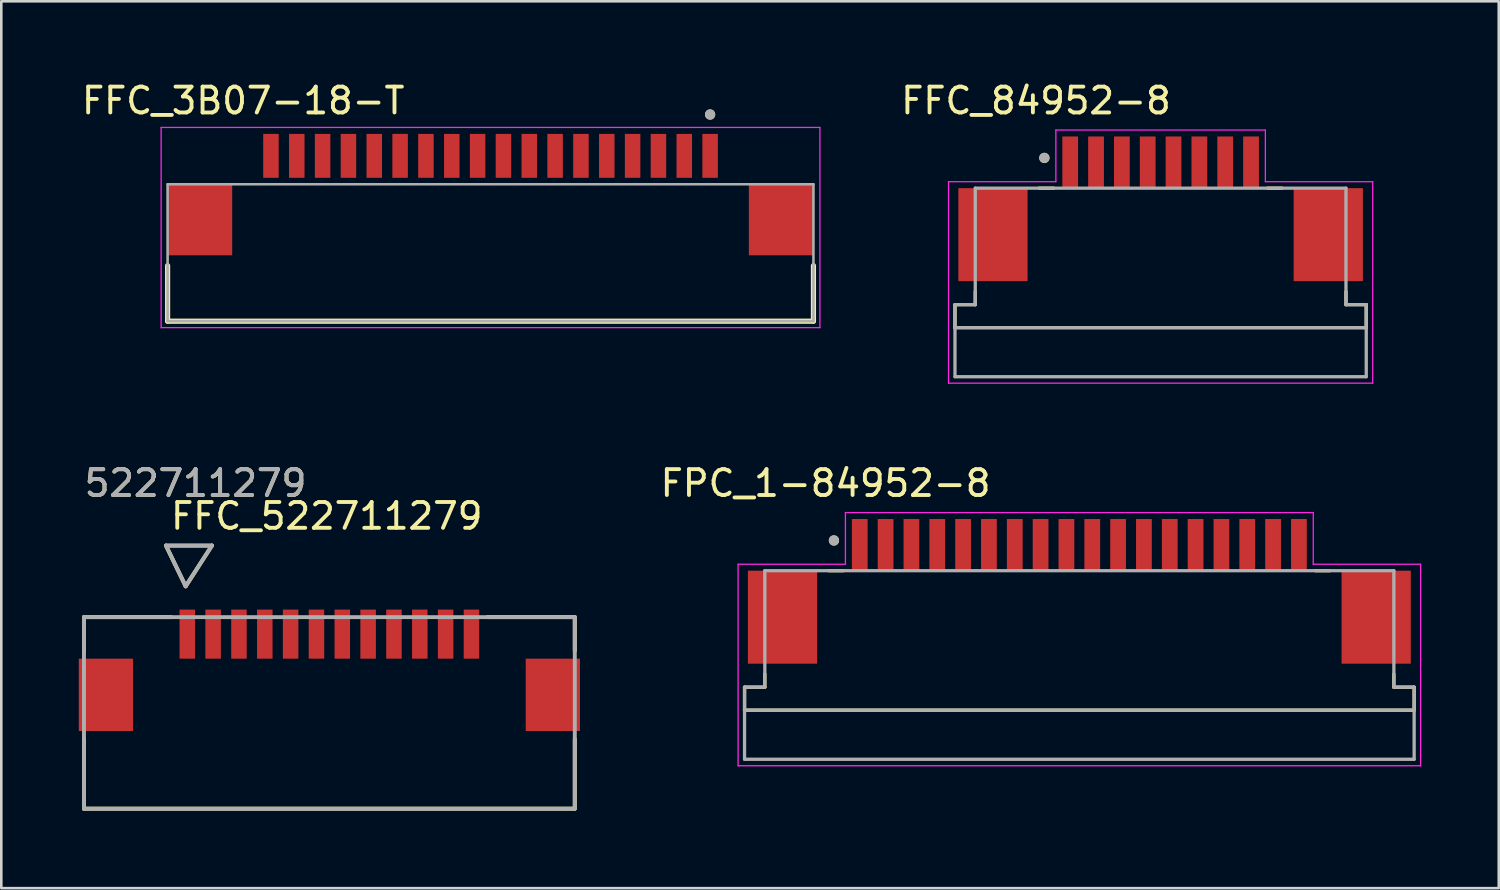
<source format=kicad_pcb>
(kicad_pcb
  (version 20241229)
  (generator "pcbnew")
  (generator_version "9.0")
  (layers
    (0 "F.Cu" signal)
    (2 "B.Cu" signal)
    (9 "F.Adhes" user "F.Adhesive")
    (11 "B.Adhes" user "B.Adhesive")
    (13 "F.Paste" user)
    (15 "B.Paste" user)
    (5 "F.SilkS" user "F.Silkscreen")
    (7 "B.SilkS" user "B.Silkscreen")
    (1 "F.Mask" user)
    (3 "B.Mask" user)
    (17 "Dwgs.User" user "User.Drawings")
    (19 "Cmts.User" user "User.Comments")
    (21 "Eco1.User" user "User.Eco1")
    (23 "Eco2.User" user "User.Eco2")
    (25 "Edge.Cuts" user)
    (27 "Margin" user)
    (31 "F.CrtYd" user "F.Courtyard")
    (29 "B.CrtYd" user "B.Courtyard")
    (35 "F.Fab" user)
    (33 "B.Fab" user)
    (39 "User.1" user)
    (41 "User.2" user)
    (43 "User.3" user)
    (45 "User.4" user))
  (footprint "FFC_3B07-18-T"
    (layer "F.Cu")
    (at 15.938 5.433)
    (property "Reference" "FFC_3B07-18-T" (at -9.575 -4.585 0) (layer "F.SilkS") (effects (font (size 1 1) (thickness 0.15))))
    (attr smd)
    (fp_line (start -12.5 1.8) (end -12.5 3.95) (stroke (width 0.2) (type solid)) (layer "F.SilkS"))
    (fp_line (start -12.5 3.95) (end 12.5 3.95) (stroke (width 0.2) (type solid)) (layer "F.SilkS"))
    (fp_line (start 12.5 3.95) (end 12.5 1.8) (stroke (width 0.2) (type solid)) (layer "F.SilkS"))
    (fp_circle (center 8.5 -4.05) (end 8.6 -4.05) (stroke (width 0.2) (type solid)) (fill no) (layer "F.SilkS"))
    (fp_line (start -12.75 -3.55) (end -12.75 4.2) (stroke (width 0.05) (type solid)) (layer "F.CrtYd"))
    (fp_line (start -12.75 4.2) (end 12.75 4.2) (stroke (width 0.05) (type solid)) (layer "F.CrtYd"))
    (fp_line (start 12.75 -3.55) (end -12.75 -3.55) (stroke (width 0.05) (type solid)) (layer "F.CrtYd"))
    (fp_line (start 12.75 4.2) (end 12.75 -3.55) (stroke (width 0.05) (type solid)) (layer "F.CrtYd"))
    (fp_line (start -12.5 -1.35) (end 12.5 -1.35) (stroke (width 0.1) (type solid)) (layer "F.Fab"))
    (fp_line (start -12.5 3.95) (end -12.5 -1.35) (stroke (width 0.1) (type solid)) (layer "F.Fab"))
    (fp_line (start 12.5 -1.35) (end 12.5 3.95) (stroke (width 0.1) (type solid)) (layer "F.Fab"))
    (fp_line (start 12.5 3.95) (end -12.5 3.95) (stroke (width 0.1) (type solid)) (layer "F.Fab"))
    (fp_circle (center 8.5 -4.05) (end 8.6 -4.05) (stroke (width 0.2) (type solid)) (fill no) (layer "F.Fab"))
    (pad "1" smd rect (at 8.5 -2.45) (size 0.6 1.7) (layers "F.Cu" "F.Mask" "F.Paste"))
    (pad "2" smd rect (at 7.5 -2.45) (size 0.6 1.7) (layers "F.Cu" "F.Mask" "F.Paste"))
    (pad "3" smd rect (at 6.5 -2.45) (size 0.6 1.7) (layers "F.Cu" "F.Mask" "F.Paste"))
    (pad "4" smd rect (at 5.5 -2.45) (size 0.6 1.7) (layers "F.Cu" "F.Mask" "F.Paste"))
    (pad "5" smd rect (at 4.5 -2.45) (size 0.6 1.7) (layers "F.Cu" "F.Mask" "F.Paste"))
    (pad "6" smd rect (at 3.5 -2.45) (size 0.6 1.7) (layers "F.Cu" "F.Mask" "F.Paste"))
    (pad "7" smd rect (at 2.5 -2.45) (size 0.6 1.7) (layers "F.Cu" "F.Mask" "F.Paste"))
    (pad "8" smd rect (at 1.5 -2.45) (size 0.6 1.7) (layers "F.Cu" "F.Mask" "F.Paste"))
    (pad "9" smd rect (at 0.5 -2.45) (size 0.6 1.7) (layers "F.Cu" "F.Mask" "F.Paste"))
    (pad "10" smd rect (at -0.5 -2.45) (size 0.6 1.7) (layers "F.Cu" "F.Mask" "F.Paste"))
    (pad "11" smd rect (at -1.5 -2.45) (size 0.6 1.7) (layers "F.Cu" "F.Mask" "F.Paste"))
    (pad "12" smd rect (at -2.5 -2.45) (size 0.6 1.7) (layers "F.Cu" "F.Mask" "F.Paste"))
    (pad "13" smd rect (at -3.5 -2.45) (size 0.6 1.7) (layers "F.Cu" "F.Mask" "F.Paste"))
    (pad "14" smd rect (at -4.5 -2.45) (size 0.6 1.7) (layers "F.Cu" "F.Mask" "F.Paste"))
    (pad "15" smd rect (at -5.5 -2.45) (size 0.6 1.7) (layers "F.Cu" "F.Mask" "F.Paste"))
    (pad "16" smd rect (at -6.5 -2.45) (size 0.6 1.7) (layers "F.Cu" "F.Mask" "F.Paste"))
    (pad "17" smd rect (at -7.5 -2.45) (size 0.6 1.7) (layers "F.Cu" "F.Mask" "F.Paste"))
    (pad "18" smd rect (at -8.5 -2.45) (size 0.6 1.7) (layers "F.Cu" "F.Mask" "F.Paste"))
    (pad "S1" smd rect (at 11.25 0) (size 2.5 2.8) (layers "F.Cu" "F.Mask" "F.Paste"))
    (pad "S2" smd rect (at -11.25 0) (size 2.5 2.8) (layers "F.Cu" "F.Mask" "F.Paste")))
  (footprint "FFC_84952-8"
    (layer "F.Cu")
    (at 41.877 3.233)
    (property "Reference" "FFC_84952-8" (at -4.825 -2.385 0) (layer "F.SilkS") (effects (font (size 1 1) (thickness 0.15))))
    (attr smd)
    (fp_line (start -7.96 6.4) (end -7.96 5.51) (stroke (width 0.127) (type solid)) (layer "F.SilkS"))
    (fp_line (start -7.175 5) (end -7.175 5.51) (stroke (width 0.127) (type solid)) (layer "F.SilkS"))
    (fp_line (start -7.175 5.51) (end -7.96 5.51) (stroke (width 0.127) (type solid)) (layer "F.SilkS"))
    (fp_line (start -4.7 1) (end -4.14 1) (stroke (width 0.127) (type solid)) (layer "F.SilkS"))
    (fp_line (start 4.14 1) (end 4.7 1) (stroke (width 0.127) (type solid)) (layer "F.SilkS"))
    (fp_line (start 7.175 5) (end 7.175 5.51) (stroke (width 0.127) (type solid)) (layer "F.SilkS"))
    (fp_line (start 7.96 5.51) (end 7.175 5.51) (stroke (width 0.127) (type solid)) (layer "F.SilkS"))
    (fp_line (start 7.96 5.51) (end 7.96 6.4) (stroke (width 0.127) (type solid)) (layer "F.SilkS"))
    (fp_line (start 7.96 6.4) (end -7.96 6.4) (stroke (width 0.127) (type solid)) (layer "F.SilkS"))
    (fp_circle (center -4.5 -0.17) (end -4.4 -0.17) (stroke (width 0.2) (type solid)) (fill no) (layer "F.SilkS"))
    (fp_line (start -8.21 0.75) (end -4.055 0.75) (stroke (width 0.05) (type solid)) (layer "F.CrtYd"))
    (fp_line (start -8.21 8.55) (end -8.21 0.75) (stroke (width 0.05) (type solid)) (layer "F.CrtYd"))
    (fp_line (start -4.055 -1.25) (end 4.055 -1.25) (stroke (width 0.05) (type solid)) (layer "F.CrtYd"))
    (fp_line (start -4.055 0.75) (end -4.055 -1.25) (stroke (width 0.05) (type solid)) (layer "F.CrtYd"))
    (fp_line (start 4.055 -1.25) (end 4.055 0.75) (stroke (width 0.05) (type solid)) (layer "F.CrtYd"))
    (fp_line (start 4.055 0.75) (end 8.21 0.75) (stroke (width 0.05) (type solid)) (layer "F.CrtYd"))
    (fp_line (start 8.21 0.75) (end 8.21 8.55) (stroke (width 0.05) (type solid)) (layer "F.CrtYd"))
    (fp_line (start 8.21 8.55) (end -8.21 8.55) (stroke (width 0.05) (type solid)) (layer "F.CrtYd"))
    (fp_line (start -7.96 5.51) (end -7.96 6.4) (stroke (width 0.127) (type solid)) (layer "F.Fab"))
    (fp_line (start -7.96 8.3) (end -7.96 6.4) (stroke (width 0.127) (type solid)) (layer "F.Fab"))
    (fp_line (start -7.175 1) (end -7.175 5.51) (stroke (width 0.127) (type solid)) (layer "F.Fab"))
    (fp_line (start -7.175 1) (end 7.175 1) (stroke (width 0.127) (type solid)) (layer "F.Fab"))
    (fp_line (start -7.175 5.51) (end -7.96 5.51) (stroke (width 0.127) (type solid)) (layer "F.Fab"))
    (fp_line (start 7.175 1) (end 7.175 5.51) (stroke (width 0.127) (type solid)) (layer "F.Fab"))
    (fp_line (start 7.96 5.51) (end 7.175 5.51) (stroke (width 0.127) (type solid)) (layer "F.Fab"))
    (fp_line (start 7.96 5.51) (end 7.96 6.4) (stroke (width 0.127) (type solid)) (layer "F.Fab"))
    (fp_line (start 7.96 6.4) (end -7.96 6.4) (stroke (width 0.127) (type solid)) (layer "F.Fab"))
    (fp_line (start 7.96 6.4) (end 7.96 8.3) (stroke (width 0.127) (type solid)) (layer "F.Fab"))
    (fp_line (start 7.96 8.3) (end -7.96 8.3) (stroke (width 0.127) (type solid)) (layer "F.Fab"))
    (fp_circle (center -4.5 -0.17) (end -4.4 -0.17) (stroke (width 0.2) (type solid)) (fill no) (layer "F.Fab"))
    (pad "1" smd rect (at -3.5 0) (size 0.61 2) (layers "F.Cu" "F.Mask" "F.Paste"))
    (pad "2" smd rect (at -2.5 0) (size 0.61 2) (layers "F.Cu" "F.Mask" "F.Paste"))
    (pad "3" smd rect (at -1.5 0) (size 0.61 2) (layers "F.Cu" "F.Mask" "F.Paste"))
    (pad "4" smd rect (at -0.5 0) (size 0.61 2) (layers "F.Cu" "F.Mask" "F.Paste"))
    (pad "5" smd rect (at 0.5 0) (size 0.61 2) (layers "F.Cu" "F.Mask" "F.Paste"))
    (pad "6" smd rect (at 1.5 0) (size 0.61 2) (layers "F.Cu" "F.Mask" "F.Paste"))
    (pad "7" smd rect (at 2.5 0) (size 0.61 2) (layers "F.Cu" "F.Mask" "F.Paste"))
    (pad "8" smd rect (at 3.5 0) (size 0.61 2) (layers "F.Cu" "F.Mask" "F.Paste"))
    (pad "S1" smd rect (at -6.49 2.8) (size 2.68 3.6) (layers "F.Cu" "F.Mask" "F.Paste"))
    (pad "S2" smd rect (at 6.49 2.8) (size 2.68 3.6) (layers "F.Cu" "F.Mask" "F.Paste")))
  (footprint "FFC_522711279"
    (layer "F.Cu")
    (at 9.7 24.547)
    (property "Reference" "FFC_522711279" (at -0.102 -7.62 0) (layer "F.SilkS") (effects (font (size 1 1) (thickness 0.15))))
    (attr smd)
    (fp_line (start -9.5 -3.708) (end -9.5 -2.413) (stroke (width 0.152) (type solid)) (layer "F.SilkS"))
    (fp_line (start -9.5 1.016) (end -9.5 3.708) (stroke (width 0.152) (type solid)) (layer "F.SilkS"))
    (fp_line (start -9.5 3.708) (end 9.5 3.708) (stroke (width 0.152) (type solid)) (layer "F.SilkS"))
    (fp_line (start -6.325 -6.477) (end -5.563 -4.902) (stroke (width 0.152) (type solid)) (layer "F.SilkS"))
    (fp_line (start -6.325 -6.477) (end -4.547 -6.477) (stroke (width 0.152) (type solid)) (layer "F.SilkS"))
    (fp_line (start -6.121 -3.708) (end -9.5 -3.708) (stroke (width 0.152) (type solid)) (layer "F.SilkS"))
    (fp_line (start -4.547 -6.477) (end -5.563 -4.902) (stroke (width 0.152) (type solid)) (layer "F.SilkS"))
    (fp_line (start 9.5 -3.708) (end 6.121 -3.708) (stroke (width 0.152) (type solid)) (layer "F.SilkS"))
    (fp_line (start 9.5 -2.413) (end 9.5 -3.708) (stroke (width 0.152) (type solid)) (layer "F.SilkS"))
    (fp_line (start 9.5 3.708) (end 9.5 1.016) (stroke (width 0.152) (type solid)) (layer "F.SilkS"))
    (fp_line (start -9.5 -3.708) (end -9.5 3.708) (stroke (width 0.152) (type solid)) (layer "F.Fab"))
    (fp_line (start -9.5 3.708) (end 9.5 3.708) (stroke (width 0.152) (type solid)) (layer "F.Fab"))
    (fp_line (start -6.325 -6.477) (end -5.563 -4.902) (stroke (width 0.152) (type solid)) (layer "F.Fab"))
    (fp_line (start -6.325 -6.477) (end -4.547 -6.477) (stroke (width 0.152) (type solid)) (layer "F.Fab"))
    (fp_line (start -4.547 -6.477) (end -5.563 -4.902) (stroke (width 0.152) (type solid)) (layer "F.Fab"))
    (fp_line (start 9.5 -3.708) (end -9.5 -3.708) (stroke (width 0.152) (type solid)) (layer "F.Fab"))
    (fp_line (start 9.5 3.708) (end 9.5 -3.708) (stroke (width 0.152) (type solid)) (layer "F.Fab"))
    (fp_text user "522711279" (at -5.182 -8.89 0) (layer "F.SilkS") (effects (font (size 1 1) (thickness 0.15))))
    (fp_text user "522711279" (at -5.182 -8.89 0) (layer "F.Fab") (effects (font (size 1 1) (thickness 0.15))))
    (pad "1" smd rect (at -5.5 -3.05) (size 0.6 1.9) (layers "F.Cu" "F.Mask" "F.Paste"))
    (pad "2" smd rect (at -4.5 -3.05) (size 0.6 1.9) (layers "F.Cu" "F.Mask" "F.Paste"))
    (pad "3" smd rect (at -3.5 -3.05) (size 0.6 1.9) (layers "F.Cu" "F.Mask" "F.Paste"))
    (pad "4" smd rect (at -2.5 -3.05) (size 0.6 1.9) (layers "F.Cu" "F.Mask" "F.Paste"))
    (pad "5" smd rect (at -1.5 -3.05) (size 0.6 1.9) (layers "F.Cu" "F.Mask" "F.Paste"))
    (pad "6" smd rect (at -0.5 -3.05) (size 0.6 1.9) (layers "F.Cu" "F.Mask" "F.Paste"))
    (pad "7" smd rect (at 0.5 -3.05) (size 0.6 1.9) (layers "F.Cu" "F.Mask" "F.Paste"))
    (pad "8" smd rect (at 1.5 -3.05) (size 0.6 1.9) (layers "F.Cu" "F.Mask" "F.Paste"))
    (pad "9" smd rect (at 2.5 -3.05) (size 0.6 1.9) (layers "F.Cu" "F.Mask" "F.Paste"))
    (pad "10" smd rect (at 3.5 -3.05) (size 0.6 1.9) (layers "F.Cu" "F.Mask" "F.Paste"))
    (pad "11" smd rect (at 4.5 -3.05) (size 0.6 1.9) (layers "F.Cu" "F.Mask" "F.Paste"))
    (pad "12" smd rect (at 5.5 -3.05) (size 0.6 1.9) (layers "F.Cu" "F.Mask" "F.Paste"))
    (pad "P1" smd rect (at -8.65 -0.7) (size 2.1 2.8) (layers "F.Cu" "F.Mask" "F.Paste"))
    (pad "P2" smd rect (at 8.65 -0.7) (size 2.1 2.8) (layers "F.Cu" "F.Mask" "F.Paste")))
  (footprint "FPC_1-84952-8"
    (layer "F.Cu")
    (at 38.731 18.041)
    (property "Reference" "FPC_1-84952-8" (at -9.825 -2.385 0) (layer "F.SilkS") (effects (font (size 1 1) (thickness 0.15))))
    (attr smd)
    (fp_line (start -12.96 6.4) (end -12.96 5.51) (stroke (width 0.127) (type solid)) (layer "F.SilkS"))
    (fp_line (start -12.175 5) (end -12.175 5.51) (stroke (width 0.127) (type solid)) (layer "F.SilkS"))
    (fp_line (start -12.175 5.51) (end -12.96 5.51) (stroke (width 0.127) (type solid)) (layer "F.SilkS"))
    (fp_line (start -9.7 1) (end -9.14 1) (stroke (width 0.127) (type solid)) (layer "F.SilkS"))
    (fp_line (start 9.14 1) (end 9.7 1) (stroke (width 0.127) (type solid)) (layer "F.SilkS"))
    (fp_line (start 12.175 5) (end 12.175 5.51) (stroke (width 0.127) (type solid)) (layer "F.SilkS"))
    (fp_line (start 12.96 5.51) (end 12.175 5.51) (stroke (width 0.127) (type solid)) (layer "F.SilkS"))
    (fp_line (start 12.96 5.51) (end 12.96 6.4) (stroke (width 0.127) (type solid)) (layer "F.SilkS"))
    (fp_line (start 12.96 6.4) (end -12.96 6.4) (stroke (width 0.127) (type solid)) (layer "F.SilkS"))
    (fp_circle (center -9.5 -0.17) (end -9.4 -0.17) (stroke (width 0.2) (type solid)) (fill no) (layer "F.SilkS"))
    (fp_line (start -13.21 0.75) (end -9.055 0.75) (stroke (width 0.05) (type solid)) (layer "F.CrtYd"))
    (fp_line (start -13.21 8.55) (end -13.21 0.75) (stroke (width 0.05) (type solid)) (layer "F.CrtYd"))
    (fp_line (start -9.055 -1.25) (end 9.055 -1.25) (stroke (width 0.05) (type solid)) (layer "F.CrtYd"))
    (fp_line (start -9.055 0.75) (end -9.055 -1.25) (stroke (width 0.05) (type solid)) (layer "F.CrtYd"))
    (fp_line (start 9.055 -1.25) (end 9.055 0.75) (stroke (width 0.05) (type solid)) (layer "F.CrtYd"))
    (fp_line (start 9.055 0.75) (end 13.21 0.75) (stroke (width 0.05) (type solid)) (layer "F.CrtYd"))
    (fp_line (start 13.21 0.75) (end 13.21 8.55) (stroke (width 0.05) (type solid)) (layer "F.CrtYd"))
    (fp_line (start 13.21 8.55) (end -13.21 8.55) (stroke (width 0.05) (type solid)) (layer "F.CrtYd"))
    (fp_line (start -12.96 5.51) (end -12.96 6.4) (stroke (width 0.127) (type solid)) (layer "F.Fab"))
    (fp_line (start -12.96 8.3) (end -12.96 6.4) (stroke (width 0.127) (type solid)) (layer "F.Fab"))
    (fp_line (start -12.175 1) (end -12.175 5.51) (stroke (width 0.127) (type solid)) (layer "F.Fab"))
    (fp_line (start -12.175 1) (end 12.175 1) (stroke (width 0.127) (type solid)) (layer "F.Fab"))
    (fp_line (start -12.175 5.51) (end -12.96 5.51) (stroke (width 0.127) (type solid)) (layer "F.Fab"))
    (fp_line (start 12.175 1) (end 12.175 5.51) (stroke (width 0.127) (type solid)) (layer "F.Fab"))
    (fp_line (start 12.96 5.51) (end 12.175 5.51) (stroke (width 0.127) (type solid)) (layer "F.Fab"))
    (fp_line (start 12.96 5.51) (end 12.96 6.4) (stroke (width 0.127) (type solid)) (layer "F.Fab"))
    (fp_line (start 12.96 6.4) (end -12.96 6.4) (stroke (width 0.127) (type solid)) (layer "F.Fab"))
    (fp_line (start 12.96 6.4) (end 12.96 8.3) (stroke (width 0.127) (type solid)) (layer "F.Fab"))
    (fp_line (start 12.96 8.3) (end -12.96 8.3) (stroke (width 0.127) (type solid)) (layer "F.Fab"))
    (fp_circle (center -9.5 -0.17) (end -9.4 -0.17) (stroke (width 0.2) (type solid)) (fill no) (layer "F.Fab"))
    (pad "1" smd rect (at -8.5 0) (size 0.61 2) (layers "F.Cu" "F.Mask" "F.Paste"))
    (pad "2" smd rect (at -7.5 0) (size 0.61 2) (layers "F.Cu" "F.Mask" "F.Paste"))
    (pad "3" smd rect (at -6.5 0) (size 0.61 2) (layers "F.Cu" "F.Mask" "F.Paste"))
    (pad "4" smd rect (at -5.5 0) (size 0.61 2) (layers "F.Cu" "F.Mask" "F.Paste"))
    (pad "5" smd rect (at -4.5 0) (size 0.61 2) (layers "F.Cu" "F.Mask" "F.Paste"))
    (pad "6" smd rect (at -3.5 0) (size 0.61 2) (layers "F.Cu" "F.Mask" "F.Paste"))
    (pad "7" smd rect (at -2.5 0) (size 0.61 2) (layers "F.Cu" "F.Mask" "F.Paste"))
    (pad "8" smd rect (at -1.5 0) (size 0.61 2) (layers "F.Cu" "F.Mask" "F.Paste"))
    (pad "9" smd rect (at -0.5 0) (size 0.61 2) (layers "F.Cu" "F.Mask" "F.Paste"))
    (pad "10" smd rect (at 0.5 0) (size 0.61 2) (layers "F.Cu" "F.Mask" "F.Paste"))
    (pad "11" smd rect (at 1.5 0) (size 0.61 2) (layers "F.Cu" "F.Mask" "F.Paste"))
    (pad "12" smd rect (at 2.5 0) (size 0.61 2) (layers "F.Cu" "F.Mask" "F.Paste"))
    (pad "13" smd rect (at 3.5 0) (size 0.61 2) (layers "F.Cu" "F.Mask" "F.Paste"))
    (pad "14" smd rect (at 4.5 0) (size 0.61 2) (layers "F.Cu" "F.Mask" "F.Paste"))
    (pad "15" smd rect (at 5.5 0) (size 0.61 2) (layers "F.Cu" "F.Mask" "F.Paste"))
    (pad "16" smd rect (at 6.5 0) (size 0.61 2) (layers "F.Cu" "F.Mask" "F.Paste"))
    (pad "17" smd rect (at 7.5 0) (size 0.61 2) (layers "F.Cu" "F.Mask" "F.Paste"))
    (pad "18" smd rect (at 8.5 0) (size 0.61 2) (layers "F.Cu" "F.Mask" "F.Paste"))
    (pad "S1" smd rect (at -11.49 2.8) (size 2.68 3.6) (layers "F.Cu" "F.Mask" "F.Paste"))
    (pad "S2" smd rect (at 11.49 2.8) (size 2.68 3.6) (layers "F.Cu" "F.Mask" "F.Paste")))
  (gr_rect
    (start -3 -3)
    (end 54.966 31.331)
    (stroke (width 0.1) (type default))
    (fill no)
    (layer "Edge.Cuts")))
</source>
